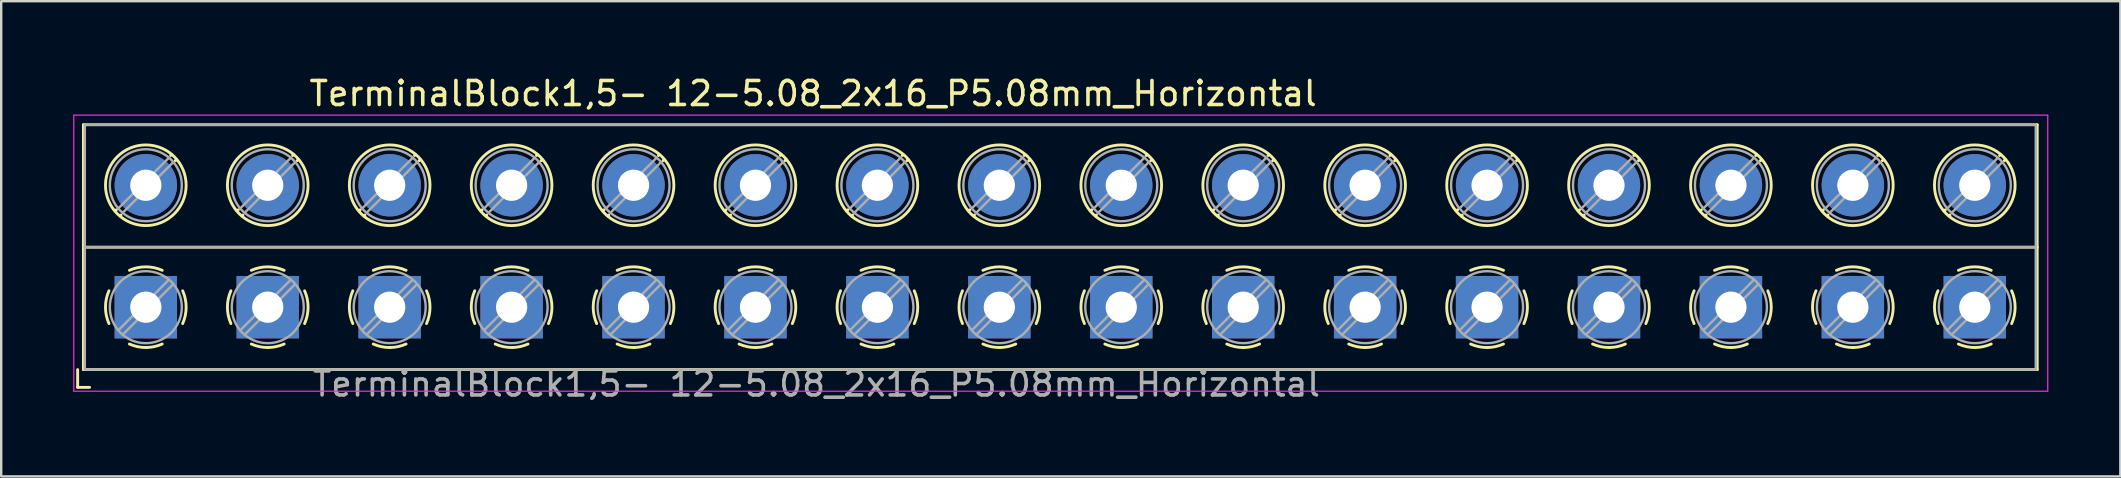
<source format=kicad_pcb>
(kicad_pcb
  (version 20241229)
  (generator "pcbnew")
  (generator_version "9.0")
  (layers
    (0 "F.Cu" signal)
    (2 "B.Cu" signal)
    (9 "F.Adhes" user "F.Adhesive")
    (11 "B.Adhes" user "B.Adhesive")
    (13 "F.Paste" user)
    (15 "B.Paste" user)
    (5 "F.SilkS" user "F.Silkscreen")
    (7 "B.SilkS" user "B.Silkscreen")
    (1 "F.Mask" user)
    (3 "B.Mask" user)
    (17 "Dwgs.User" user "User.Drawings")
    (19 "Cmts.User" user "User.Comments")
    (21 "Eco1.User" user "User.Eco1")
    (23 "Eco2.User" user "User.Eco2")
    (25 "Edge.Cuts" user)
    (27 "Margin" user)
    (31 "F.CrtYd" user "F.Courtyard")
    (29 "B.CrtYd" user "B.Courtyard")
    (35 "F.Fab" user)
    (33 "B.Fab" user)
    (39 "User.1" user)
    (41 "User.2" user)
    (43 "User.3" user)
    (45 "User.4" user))
  (footprint "TerminalBlock1,5- 12-5.08_2x16_P5.08mm_Horizontal"
    (layer "F.Cu")
    (at 3.025 9.748)
    (property "Reference" "TerminalBlock1,5- 12-5.08_2x16_P5.08mm_Horizontal" (at 27.8 -8.9 0) (layer "F.SilkS") (effects (font (size 1 1) (thickness 0.15))))
    (attr through_hole)
    (fp_line (start -2.84 2.6) (end -2.84 3.34) (stroke (width 0.12) (type solid)) (layer "F.SilkS"))
    (fp_line (start -2.84 3.34) (end -2.34 3.34) (stroke (width 0.12) (type solid)) (layer "F.SilkS"))
    (fp_line (start -2.6 -7.6) (end -2.6 2.6) (stroke (width 0.12) (type solid)) (layer "F.SilkS"))
    (fp_line (start -2.6 -7.6) (end 78.8 -7.6) (stroke (width 0.12) (type solid)) (layer "F.SilkS"))
    (fp_line (start -2.6 -2.5) (end 78.8 -2.5) (stroke (width 0.12) (type solid)) (layer "F.SilkS"))
    (fp_line (start -2.6 2.6) (end 78.8 2.6) (stroke (width 0.12) (type solid)) (layer "F.SilkS"))
    (fp_line (start -1.227 -4.057) (end -1.274 -4.011) (stroke (width 0.12) (type solid)) (layer "F.SilkS"))
    (fp_line (start -1.034 -3.841) (end -1.069 -3.806) (stroke (width 0.12) (type solid)) (layer "F.SilkS"))
    (fp_line (start 1.07 -6.355) (end 1.035 -6.319) (stroke (width 0.12) (type solid)) (layer "F.SilkS"))
    (fp_line (start 1.275 -6.149) (end 1.228 -6.103) (stroke (width 0.12) (type solid)) (layer "F.SilkS"))
    (fp_line (start 3.853 -4.057) (end 3.806 -4.011) (stroke (width 0.12) (type solid)) (layer "F.SilkS"))
    (fp_line (start 4.046 -3.841) (end 4.011 -3.806) (stroke (width 0.12) (type solid)) (layer "F.SilkS"))
    (fp_line (start 6.15 -6.355) (end 6.115 -6.319) (stroke (width 0.12) (type solid)) (layer "F.SilkS"))
    (fp_line (start 6.355 -6.149) (end 6.308 -6.103) (stroke (width 0.12) (type solid)) (layer "F.SilkS"))
    (fp_line (start 8.933 -4.057) (end 8.886 -4.011) (stroke (width 0.12) (type solid)) (layer "F.SilkS"))
    (fp_line (start 9.126 -3.841) (end 9.091 -3.806) (stroke (width 0.12) (type solid)) (layer "F.SilkS"))
    (fp_line (start 11.23 -6.355) (end 11.195 -6.319) (stroke (width 0.12) (type solid)) (layer "F.SilkS"))
    (fp_line (start 11.435 -6.149) (end 11.388 -6.103) (stroke (width 0.12) (type solid)) (layer "F.SilkS"))
    (fp_line (start 14.013 -4.057) (end 13.966 -4.011) (stroke (width 0.12) (type solid)) (layer "F.SilkS"))
    (fp_line (start 14.206 -3.841) (end 14.171 -3.806) (stroke (width 0.12) (type solid)) (layer "F.SilkS"))
    (fp_line (start 16.31 -6.355) (end 16.275 -6.319) (stroke (width 0.12) (type solid)) (layer "F.SilkS"))
    (fp_line (start 16.515 -6.149) (end 16.468 -6.103) (stroke (width 0.12) (type solid)) (layer "F.SilkS"))
    (fp_line (start 19.093 -4.057) (end 19.046 -4.011) (stroke (width 0.12) (type solid)) (layer "F.SilkS"))
    (fp_line (start 19.286 -3.841) (end 19.251 -3.806) (stroke (width 0.12) (type solid)) (layer "F.SilkS"))
    (fp_line (start 21.39 -6.355) (end 21.355 -6.319) (stroke (width 0.12) (type solid)) (layer "F.SilkS"))
    (fp_line (start 21.595 -6.149) (end 21.548 -6.103) (stroke (width 0.12) (type solid)) (layer "F.SilkS"))
    (fp_line (start 24.173 -4.057) (end 24.126 -4.011) (stroke (width 0.12) (type solid)) (layer "F.SilkS"))
    (fp_line (start 24.366 -3.841) (end 24.331 -3.806) (stroke (width 0.12) (type solid)) (layer "F.SilkS"))
    (fp_line (start 26.47 -6.355) (end 26.435 -6.319) (stroke (width 0.12) (type solid)) (layer "F.SilkS"))
    (fp_line (start 26.675 -6.149) (end 26.628 -6.103) (stroke (width 0.12) (type solid)) (layer "F.SilkS"))
    (fp_line (start 29.253 -4.057) (end 29.206 -4.011) (stroke (width 0.12) (type solid)) (layer "F.SilkS"))
    (fp_line (start 29.446 -3.841) (end 29.411 -3.806) (stroke (width 0.12) (type solid)) (layer "F.SilkS"))
    (fp_line (start 31.55 -6.355) (end 31.515 -6.319) (stroke (width 0.12) (type solid)) (layer "F.SilkS"))
    (fp_line (start 31.755 -6.149) (end 31.708 -6.103) (stroke (width 0.12) (type solid)) (layer "F.SilkS"))
    (fp_line (start 34.333 -4.057) (end 34.286 -4.011) (stroke (width 0.12) (type solid)) (layer "F.SilkS"))
    (fp_line (start 34.526 -3.841) (end 34.491 -3.806) (stroke (width 0.12) (type solid)) (layer "F.SilkS"))
    (fp_line (start 36.63 -6.355) (end 36.595 -6.319) (stroke (width 0.12) (type solid)) (layer "F.SilkS"))
    (fp_line (start 36.835 -6.149) (end 36.788 -6.103) (stroke (width 0.12) (type solid)) (layer "F.SilkS"))
    (fp_line (start 39.413 -4.057) (end 39.366 -4.011) (stroke (width 0.12) (type solid)) (layer "F.SilkS"))
    (fp_line (start 39.606 -3.841) (end 39.571 -3.806) (stroke (width 0.12) (type solid)) (layer "F.SilkS"))
    (fp_line (start 41.71 -6.355) (end 41.675 -6.319) (stroke (width 0.12) (type solid)) (layer "F.SilkS"))
    (fp_line (start 41.915 -6.149) (end 41.868 -6.103) (stroke (width 0.12) (type solid)) (layer "F.SilkS"))
    (fp_line (start 44.493 -4.057) (end 44.446 -4.011) (stroke (width 0.12) (type solid)) (layer "F.SilkS"))
    (fp_line (start 44.686 -3.841) (end 44.651 -3.806) (stroke (width 0.12) (type solid)) (layer "F.SilkS"))
    (fp_line (start 46.79 -6.355) (end 46.755 -6.319) (stroke (width 0.12) (type solid)) (layer "F.SilkS"))
    (fp_line (start 46.995 -6.149) (end 46.948 -6.103) (stroke (width 0.12) (type solid)) (layer "F.SilkS"))
    (fp_line (start 49.573 -4.057) (end 49.526 -4.011) (stroke (width 0.12) (type solid)) (layer "F.SilkS"))
    (fp_line (start 49.766 -3.841) (end 49.731 -3.806) (stroke (width 0.12) (type solid)) (layer "F.SilkS"))
    (fp_line (start 51.87 -6.355) (end 51.835 -6.319) (stroke (width 0.12) (type solid)) (layer "F.SilkS"))
    (fp_line (start 52.075 -6.149) (end 52.028 -6.103) (stroke (width 0.12) (type solid)) (layer "F.SilkS"))
    (fp_line (start 54.653 -4.057) (end 54.606 -4.011) (stroke (width 0.12) (type solid)) (layer "F.SilkS"))
    (fp_line (start 54.846 -3.841) (end 54.811 -3.806) (stroke (width 0.12) (type solid)) (layer "F.SilkS"))
    (fp_line (start 56.95 -6.355) (end 56.915 -6.319) (stroke (width 0.12) (type solid)) (layer "F.SilkS"))
    (fp_line (start 57.155 -6.149) (end 57.108 -6.103) (stroke (width 0.12) (type solid)) (layer "F.SilkS"))
    (fp_line (start 59.733 -4.057) (end 59.686 -4.011) (stroke (width 0.12) (type solid)) (layer "F.SilkS"))
    (fp_line (start 59.926 -3.841) (end 59.891 -3.806) (stroke (width 0.12) (type solid)) (layer "F.SilkS"))
    (fp_line (start 62.03 -6.355) (end 61.995 -6.319) (stroke (width 0.12) (type solid)) (layer "F.SilkS"))
    (fp_line (start 62.235 -6.149) (end 62.188 -6.103) (stroke (width 0.12) (type solid)) (layer "F.SilkS"))
    (fp_line (start 64.813 -4.057) (end 64.766 -4.011) (stroke (width 0.12) (type solid)) (layer "F.SilkS"))
    (fp_line (start 65.006 -3.841) (end 64.971 -3.806) (stroke (width 0.12) (type solid)) (layer "F.SilkS"))
    (fp_line (start 67.11 -6.355) (end 67.075 -6.319) (stroke (width 0.12) (type solid)) (layer "F.SilkS"))
    (fp_line (start 67.315 -6.149) (end 67.268 -6.103) (stroke (width 0.12) (type solid)) (layer "F.SilkS"))
    (fp_line (start 69.893 -4.057) (end 69.846 -4.011) (stroke (width 0.12) (type solid)) (layer "F.SilkS"))
    (fp_line (start 70.086 -3.841) (end 70.051 -3.806) (stroke (width 0.12) (type solid)) (layer "F.SilkS"))
    (fp_line (start 72.19 -6.355) (end 72.155 -6.319) (stroke (width 0.12) (type solid)) (layer "F.SilkS"))
    (fp_line (start 72.395 -6.149) (end 72.348 -6.103) (stroke (width 0.12) (type solid)) (layer "F.SilkS"))
    (fp_line (start 74.973 -4.057) (end 74.926 -4.011) (stroke (width 0.12) (type solid)) (layer "F.SilkS"))
    (fp_line (start 75.166 -3.841) (end 75.131 -3.806) (stroke (width 0.12) (type solid)) (layer "F.SilkS"))
    (fp_line (start 77.27 -6.355) (end 77.235 -6.319) (stroke (width 0.12) (type solid)) (layer "F.SilkS"))
    (fp_line (start 77.475 -6.149) (end 77.428 -6.103) (stroke (width 0.12) (type solid)) (layer "F.SilkS"))
    (fp_line (start 78.8 -7.6) (end 78.8 2.6) (stroke (width 0.12) (type solid)) (layer "F.SilkS"))
    (fp_arc (start -1.535427 0.683042) (mid -1.680501 -0.000524) (end -1.535 -0.684) (stroke (width 0.12) (type solid)) (layer "F.SilkS"))
    (fp_arc (start -0.683042 -1.535427) (mid 0.000524 -1.680501) (end 0.684 -1.535) (stroke (width 0.12) (type solid)) (layer "F.SilkS"))
    (fp_arc (start 0.028805 1.680253) (mid -0.335551 1.646659) (end -0.684 1.535) (stroke (width 0.12) (type solid)) (layer "F.SilkS"))
    (fp_arc (start 0.683318 1.534756) (mid 0.349292 1.643288) (end 0 1.68) (stroke (width 0.12) (type solid)) (layer "F.SilkS"))
    (fp_arc (start 1.535427 -0.683042) (mid 1.680501 0.000524) (end 1.535 0.684) (stroke (width 0.12) (type solid)) (layer "F.SilkS"))
    (fp_arc (start 3.544573 0.683042) (mid 3.399499 -0.000524) (end 3.545 -0.684) (stroke (width 0.12) (type solid)) (layer "F.SilkS"))
    (fp_arc (start 4.396958 -1.535427) (mid 5.080524 -1.680501) (end 5.764 -1.535) (stroke (width 0.12) (type solid)) (layer "F.SilkS"))
    (fp_arc (start 5.108805 1.680253) (mid 4.744449 1.646659) (end 4.396 1.535) (stroke (width 0.12) (type solid)) (layer "F.SilkS"))
    (fp_arc (start 5.763318 1.534756) (mid 5.429292 1.643288) (end 5.08 1.68) (stroke (width 0.12) (type solid)) (layer "F.SilkS"))
    (fp_arc (start 6.615427 -0.683042) (mid 6.760501 0.000524) (end 6.615 0.684) (stroke (width 0.12) (type solid)) (layer "F.SilkS"))
    (fp_arc (start 8.624573 0.683042) (mid 8.479499 -0.000524) (end 8.625 -0.684) (stroke (width 0.12) (type solid)) (layer "F.SilkS"))
    (fp_arc (start 9.476958 -1.535427) (mid 10.160524 -1.680501) (end 10.844 -1.535) (stroke (width 0.12) (type solid)) (layer "F.SilkS"))
    (fp_arc (start 10.188805 1.680253) (mid 9.824449 1.646659) (end 9.476 1.535) (stroke (width 0.12) (type solid)) (layer "F.SilkS"))
    (fp_arc (start 10.843318 1.534756) (mid 10.509292 1.643288) (end 10.16 1.68) (stroke (width 0.12) (type solid)) (layer "F.SilkS"))
    (fp_arc (start 11.695427 -0.683042) (mid 11.840501 0.000524) (end 11.695 0.684) (stroke (width 0.12) (type solid)) (layer "F.SilkS"))
    (fp_arc (start 13.704573 0.683042) (mid 13.559499 -0.000524) (end 13.705 -0.684) (stroke (width 0.12) (type solid)) (layer "F.SilkS"))
    (fp_arc (start 14.556958 -1.535427) (mid 15.240524 -1.680501) (end 15.924 -1.535) (stroke (width 0.12) (type solid)) (layer "F.SilkS"))
    (fp_arc (start 15.268805 1.680253) (mid 14.904449 1.646659) (end 14.556 1.535) (stroke (width 0.12) (type solid)) (layer "F.SilkS"))
    (fp_arc (start 15.923318 1.534756) (mid 15.589292 1.643288) (end 15.24 1.68) (stroke (width 0.12) (type solid)) (layer "F.SilkS"))
    (fp_arc (start 16.775427 -0.683042) (mid 16.920501 0.000524) (end 16.775 0.684) (stroke (width 0.12) (type solid)) (layer "F.SilkS"))
    (fp_arc (start 18.784573 0.683042) (mid 18.639499 -0.000524) (end 18.785 -0.684) (stroke (width 0.12) (type solid)) (layer "F.SilkS"))
    (fp_arc (start 19.636958 -1.535427) (mid 20.320524 -1.680501) (end 21.004 -1.535) (stroke (width 0.12) (type solid)) (layer "F.SilkS"))
    (fp_arc (start 20.348805 1.680253) (mid 19.984449 1.646659) (end 19.636 1.535) (stroke (width 0.12) (type solid)) (layer "F.SilkS"))
    (fp_arc (start 21.003318 1.534756) (mid 20.669292 1.643288) (end 20.32 1.68) (stroke (width 0.12) (type solid)) (layer "F.SilkS"))
    (fp_arc (start 21.855427 -0.683042) (mid 22.000501 0.000524) (end 21.855 0.684) (stroke (width 0.12) (type solid)) (layer "F.SilkS"))
    (fp_arc (start 23.864573 0.683042) (mid 23.719499 -0.000524) (end 23.865 -0.684) (stroke (width 0.12) (type solid)) (layer "F.SilkS"))
    (fp_arc (start 24.716958 -1.535427) (mid 25.400524 -1.680501) (end 26.084 -1.535) (stroke (width 0.12) (type solid)) (layer "F.SilkS"))
    (fp_arc (start 25.428805 1.680253) (mid 25.064449 1.646659) (end 24.716 1.535) (stroke (width 0.12) (type solid)) (layer "F.SilkS"))
    (fp_arc (start 26.083318 1.534756) (mid 25.749292 1.643288) (end 25.4 1.68) (stroke (width 0.12) (type solid)) (layer "F.SilkS"))
    (fp_arc (start 26.935427 -0.683042) (mid 27.080501 0.000524) (end 26.935 0.684) (stroke (width 0.12) (type solid)) (layer "F.SilkS"))
    (fp_arc (start 28.944573 0.683042) (mid 28.799499 -0.000524) (end 28.945 -0.684) (stroke (width 0.12) (type solid)) (layer "F.SilkS"))
    (fp_arc (start 29.796958 -1.535427) (mid 30.480524 -1.680501) (end 31.164 -1.535) (stroke (width 0.12) (type solid)) (layer "F.SilkS"))
    (fp_arc (start 30.508805 1.680253) (mid 30.144449 1.646659) (end 29.796 1.535) (stroke (width 0.12) (type solid)) (layer "F.SilkS"))
    (fp_arc (start 31.163318 1.534756) (mid 30.829292 1.643288) (end 30.48 1.68) (stroke (width 0.12) (type solid)) (layer "F.SilkS"))
    (fp_arc (start 32.015427 -0.683042) (mid 32.160501 0.000524) (end 32.015 0.684) (stroke (width 0.12) (type solid)) (layer "F.SilkS"))
    (fp_arc (start 34.024573 0.683042) (mid 33.879499 -0.000524) (end 34.025 -0.684) (stroke (width 0.12) (type solid)) (layer "F.SilkS"))
    (fp_arc (start 34.876958 -1.535427) (mid 35.560524 -1.680501) (end 36.244 -1.535) (stroke (width 0.12) (type solid)) (layer "F.SilkS"))
    (fp_arc (start 35.588805 1.680253) (mid 35.224449 1.646659) (end 34.876 1.535) (stroke (width 0.12) (type solid)) (layer "F.SilkS"))
    (fp_arc (start 36.243318 1.534756) (mid 35.909292 1.643288) (end 35.56 1.68) (stroke (width 0.12) (type solid)) (layer "F.SilkS"))
    (fp_arc (start 37.095427 -0.683042) (mid 37.240501 0.000524) (end 37.095 0.684) (stroke (width 0.12) (type solid)) (layer "F.SilkS"))
    (fp_arc (start 39.104573 0.683042) (mid 38.959499 -0.000524) (end 39.105 -0.684) (stroke (width 0.12) (type solid)) (layer "F.SilkS"))
    (fp_arc (start 39.956958 -1.535427) (mid 40.640524 -1.680501) (end 41.324 -1.535) (stroke (width 0.12) (type solid)) (layer "F.SilkS"))
    (fp_arc (start 40.668805 1.680253) (mid 40.304449 1.646659) (end 39.956 1.535) (stroke (width 0.12) (type solid)) (layer "F.SilkS"))
    (fp_arc (start 41.323318 1.534756) (mid 40.989292 1.643288) (end 40.64 1.68) (stroke (width 0.12) (type solid)) (layer "F.SilkS"))
    (fp_arc (start 42.175427 -0.683042) (mid 42.320501 0.000524) (end 42.175 0.684) (stroke (width 0.12) (type solid)) (layer "F.SilkS"))
    (fp_arc (start 44.184573 0.683042) (mid 44.039499 -0.000524) (end 44.185 -0.684) (stroke (width 0.12) (type solid)) (layer "F.SilkS"))
    (fp_arc (start 45.036958 -1.535427) (mid 45.720524 -1.680501) (end 46.404 -1.535) (stroke (width 0.12) (type solid)) (layer "F.SilkS"))
    (fp_arc (start 45.748805 1.680253) (mid 45.384449 1.646659) (end 45.036 1.535) (stroke (width 0.12) (type solid)) (layer "F.SilkS"))
    (fp_arc (start 46.403318 1.534756) (mid 46.069292 1.643288) (end 45.72 1.68) (stroke (width 0.12) (type solid)) (layer "F.SilkS"))
    (fp_arc (start 47.255427 -0.683042) (mid 47.400501 0.000524) (end 47.255 0.684) (stroke (width 0.12) (type solid)) (layer "F.SilkS"))
    (fp_arc (start 49.264573 0.683042) (mid 49.119499 -0.000524) (end 49.265 -0.684) (stroke (width 0.12) (type solid)) (layer "F.SilkS"))
    (fp_arc (start 50.116958 -1.535427) (mid 50.800524 -1.680501) (end 51.484 -1.535) (stroke (width 0.12) (type solid)) (layer "F.SilkS"))
    (fp_arc (start 50.828805 1.680253) (mid 50.464449 1.646659) (end 50.116 1.535) (stroke (width 0.12) (type solid)) (layer "F.SilkS"))
    (fp_arc (start 51.483318 1.534756) (mid 51.149292 1.643288) (end 50.8 1.68) (stroke (width 0.12) (type solid)) (layer "F.SilkS"))
    (fp_arc (start 52.335427 -0.683042) (mid 52.480501 0.000524) (end 52.335 0.684) (stroke (width 0.12) (type solid)) (layer "F.SilkS"))
    (fp_arc (start 54.344573 0.683042) (mid 54.199499 -0.000524) (end 54.345 -0.684) (stroke (width 0.12) (type solid)) (layer "F.SilkS"))
    (fp_arc (start 55.196958 -1.535427) (mid 55.880524 -1.680501) (end 56.564 -1.535) (stroke (width 0.12) (type solid)) (layer "F.SilkS"))
    (fp_arc (start 55.908805 1.680253) (mid 55.544449 1.646659) (end 55.196 1.535) (stroke (width 0.12) (type solid)) (layer "F.SilkS"))
    (fp_arc (start 56.563318 1.534756) (mid 56.229292 1.643288) (end 55.88 1.68) (stroke (width 0.12) (type solid)) (layer "F.SilkS"))
    (fp_arc (start 57.415427 -0.683042) (mid 57.560501 0.000524) (end 57.415 0.684) (stroke (width 0.12) (type solid)) (layer "F.SilkS"))
    (fp_arc (start 59.424573 0.683042) (mid 59.279499 -0.000524) (end 59.425 -0.684) (stroke (width 0.12) (type solid)) (layer "F.SilkS"))
    (fp_arc (start 60.276958 -1.535427) (mid 60.960524 -1.680501) (end 61.644 -1.535) (stroke (width 0.12) (type solid)) (layer "F.SilkS"))
    (fp_arc (start 60.988805 1.680253) (mid 60.624449 1.646659) (end 60.276 1.535) (stroke (width 0.12) (type solid)) (layer "F.SilkS"))
    (fp_arc (start 61.643318 1.534756) (mid 61.309292 1.643288) (end 60.96 1.68) (stroke (width 0.12) (type solid)) (layer "F.SilkS"))
    (fp_arc (start 62.495427 -0.683042) (mid 62.640501 0.000524) (end 62.495 0.684) (stroke (width 0.12) (type solid)) (layer "F.SilkS"))
    (fp_arc (start 64.504573 0.683042) (mid 64.359499 -0.000524) (end 64.505 -0.684) (stroke (width 0.12) (type solid)) (layer "F.SilkS"))
    (fp_arc (start 65.356958 -1.535427) (mid 66.040524 -1.680501) (end 66.724 -1.535) (stroke (width 0.12) (type solid)) (layer "F.SilkS"))
    (fp_arc (start 66.068805 1.680253) (mid 65.704449 1.646659) (end 65.356 1.535) (stroke (width 0.12) (type solid)) (layer "F.SilkS"))
    (fp_arc (start 66.723318 1.534756) (mid 66.389292 1.643288) (end 66.04 1.68) (stroke (width 0.12) (type solid)) (layer "F.SilkS"))
    (fp_arc (start 67.575427 -0.683042) (mid 67.720501 0.000524) (end 67.575 0.684) (stroke (width 0.12) (type solid)) (layer "F.SilkS"))
    (fp_arc (start 69.584573 0.683042) (mid 69.439499 -0.000524) (end 69.585 -0.684) (stroke (width 0.12) (type solid)) (layer "F.SilkS"))
    (fp_arc (start 70.436958 -1.535427) (mid 71.120524 -1.680501) (end 71.804 -1.535) (stroke (width 0.12) (type solid)) (layer "F.SilkS"))
    (fp_arc (start 71.148805 1.680253) (mid 70.784449 1.646659) (end 70.436 1.535) (stroke (width 0.12) (type solid)) (layer "F.SilkS"))
    (fp_arc (start 71.803318 1.534756) (mid 71.469292 1.643288) (end 71.12 1.68) (stroke (width 0.12) (type solid)) (layer "F.SilkS"))
    (fp_arc (start 72.655427 -0.683042) (mid 72.800501 0.000524) (end 72.655 0.684) (stroke (width 0.12) (type solid)) (layer "F.SilkS"))
    (fp_arc (start 74.664573 0.683042) (mid 74.519499 -0.000524) (end 74.665 -0.684) (stroke (width 0.12) (type solid)) (layer "F.SilkS"))
    (fp_arc (start 75.516958 -1.535427) (mid 76.200524 -1.680501) (end 76.884 -1.535) (stroke (width 0.12) (type solid)) (layer "F.SilkS"))
    (fp_arc (start 76.228805 1.680253) (mid 75.864449 1.646659) (end 75.516 1.535) (stroke (width 0.12) (type solid)) (layer "F.SilkS"))
    (fp_arc (start 76.883318 1.534756) (mid 76.549292 1.643288) (end 76.2 1.68) (stroke (width 0.12) (type solid)) (layer "F.SilkS"))
    (fp_arc (start 77.735427 -0.683042) (mid 77.880501 0.000524) (end 77.735 0.684) (stroke (width 0.12) (type solid)) (layer "F.SilkS"))
    (fp_circle (center 0 -5.08) (end 1.68 -5.08) (stroke (width 0.12) (type solid)) (fill no) (layer "F.SilkS"))
    (fp_circle (center 5.08 -5.08) (end 6.76 -5.08) (stroke (width 0.12) (type solid)) (fill no) (layer "F.SilkS"))
    (fp_circle (center 10.16 -5.08) (end 11.84 -5.08) (stroke (width 0.12) (type solid)) (fill no) (layer "F.SilkS"))
    (fp_circle (center 15.24 -5.08) (end 16.92 -5.08) (stroke (width 0.12) (type solid)) (fill no) (layer "F.SilkS"))
    (fp_circle (center 20.32 -5.08) (end 22 -5.08) (stroke (width 0.12) (type solid)) (fill no) (layer "F.SilkS"))
    (fp_circle (center 25.4 -5.08) (end 27.08 -5.08) (stroke (width 0.12) (type solid)) (fill no) (layer "F.SilkS"))
    (fp_circle (center 30.48 -5.08) (end 32.16 -5.08) (stroke (width 0.12) (type solid)) (fill no) (layer "F.SilkS"))
    (fp_circle (center 35.56 -5.08) (end 37.24 -5.08) (stroke (width 0.12) (type solid)) (fill no) (layer "F.SilkS"))
    (fp_circle (center 40.64 -5.08) (end 42.32 -5.08) (stroke (width 0.12) (type solid)) (fill no) (layer "F.SilkS"))
    (fp_circle (center 45.72 -5.08) (end 47.4 -5.08) (stroke (width 0.12) (type solid)) (fill no) (layer "F.SilkS"))
    (fp_circle (center 50.8 -5.08) (end 52.48 -5.08) (stroke (width 0.12) (type solid)) (fill no) (layer "F.SilkS"))
    (fp_circle (center 55.88 -5.08) (end 57.56 -5.08) (stroke (width 0.12) (type solid)) (fill no) (layer "F.SilkS"))
    (fp_circle (center 60.96 -5.08) (end 62.64 -5.08) (stroke (width 0.12) (type solid)) (fill no) (layer "F.SilkS"))
    (fp_circle (center 66.04 -5.08) (end 67.72 -5.08) (stroke (width 0.12) (type solid)) (fill no) (layer "F.SilkS"))
    (fp_circle (center 71.12 -5.08) (end 72.8 -5.08) (stroke (width 0.12) (type solid)) (fill no) (layer "F.SilkS"))
    (fp_circle (center 76.2 -5.08) (end 77.88 -5.08) (stroke (width 0.12) (type solid)) (fill no) (layer "F.SilkS"))
    (fp_line (start -3 -8) (end -3 3.5) (stroke (width 0.05) (type solid)) (layer "F.CrtYd"))
    (fp_line (start -3 3.5) (end 79.24 3.5) (stroke (width 0.05) (type solid)) (layer "F.CrtYd"))
    (fp_line (start 79.24 -8) (end -3 -8) (stroke (width 0.05) (type solid)) (layer "F.CrtYd"))
    (fp_line (start 79.24 3.5) (end 79.24 -8) (stroke (width 0.05) (type solid)) (layer "F.CrtYd"))
    (fp_line (start -2.54 -7.6) (end 78.74 -7.6) (stroke (width 0.1) (type solid)) (layer "F.Fab"))
    (fp_line (start -2.54 -2.5) (end 78.74 -2.5) (stroke (width 0.1) (type solid)) (layer "F.Fab"))
    (fp_line (start -2.54 2.6) (end -2.54 -7.6) (stroke (width 0.1) (type solid)) (layer "F.Fab"))
    (fp_line (start -2.54 2.6) (end 78.74 2.6) (stroke (width 0.1) (type solid)) (layer "F.Fab"))
    (fp_line (start 0.955 -6.218) (end -1.137 -4.125) (stroke (width 0.1) (type solid)) (layer "F.Fab"))
    (fp_line (start 0.955 -1.138) (end -1.138 0.955) (stroke (width 0.1) (type solid)) (layer "F.Fab"))
    (fp_line (start 1.138 -6.035) (end -0.954 -3.942) (stroke (width 0.1) (type solid)) (layer "F.Fab"))
    (fp_line (start 1.138 -0.955) (end -0.955 1.138) (stroke (width 0.1) (type solid)) (layer "F.Fab"))
    (fp_line (start 6.035 -6.218) (end 3.943 -4.125) (stroke (width 0.1) (type solid)) (layer "F.Fab"))
    (fp_line (start 6.035 -1.138) (end 3.942 0.955) (stroke (width 0.1) (type solid)) (layer "F.Fab"))
    (fp_line (start 6.218 -6.035) (end 4.126 -3.942) (stroke (width 0.1) (type solid)) (layer "F.Fab"))
    (fp_line (start 6.218 -0.955) (end 4.125 1.138) (stroke (width 0.1) (type solid)) (layer "F.Fab"))
    (fp_line (start 11.115 -6.218) (end 9.023 -4.125) (stroke (width 0.1) (type solid)) (layer "F.Fab"))
    (fp_line (start 11.115 -1.138) (end 9.022 0.955) (stroke (width 0.1) (type solid)) (layer "F.Fab"))
    (fp_line (start 11.298 -6.035) (end 9.206 -3.942) (stroke (width 0.1) (type solid)) (layer "F.Fab"))
    (fp_line (start 11.298 -0.955) (end 9.205 1.138) (stroke (width 0.1) (type solid)) (layer "F.Fab"))
    (fp_line (start 16.195 -6.218) (end 14.103 -4.125) (stroke (width 0.1) (type solid)) (layer "F.Fab"))
    (fp_line (start 16.195 -1.138) (end 14.102 0.955) (stroke (width 0.1) (type solid)) (layer "F.Fab"))
    (fp_line (start 16.378 -6.035) (end 14.286 -3.942) (stroke (width 0.1) (type solid)) (layer "F.Fab"))
    (fp_line (start 16.378 -0.955) (end 14.285 1.138) (stroke (width 0.1) (type solid)) (layer "F.Fab"))
    (fp_line (start 21.275 -6.218) (end 19.183 -4.125) (stroke (width 0.1) (type solid)) (layer "F.Fab"))
    (fp_line (start 21.275 -1.138) (end 19.182 0.955) (stroke (width 0.1) (type solid)) (layer "F.Fab"))
    (fp_line (start 21.458 -6.035) (end 19.366 -3.942) (stroke (width 0.1) (type solid)) (layer "F.Fab"))
    (fp_line (start 21.458 -0.955) (end 19.365 1.138) (stroke (width 0.1) (type solid)) (layer "F.Fab"))
    (fp_line (start 26.355 -6.218) (end 24.263 -4.125) (stroke (width 0.1) (type solid)) (layer "F.Fab"))
    (fp_line (start 26.355 -1.138) (end 24.262 0.955) (stroke (width 0.1) (type solid)) (layer "F.Fab"))
    (fp_line (start 26.538 -6.035) (end 24.446 -3.942) (stroke (width 0.1) (type solid)) (layer "F.Fab"))
    (fp_line (start 26.538 -0.955) (end 24.445 1.138) (stroke (width 0.1) (type solid)) (layer "F.Fab"))
    (fp_line (start 31.435 -6.218) (end 29.343 -4.125) (stroke (width 0.1) (type solid)) (layer "F.Fab"))
    (fp_line (start 31.435 -1.138) (end 29.342 0.955) (stroke (width 0.1) (type solid)) (layer "F.Fab"))
    (fp_line (start 31.618 -6.035) (end 29.526 -3.942) (stroke (width 0.1) (type solid)) (layer "F.Fab"))
    (fp_line (start 31.618 -0.955) (end 29.525 1.138) (stroke (width 0.1) (type solid)) (layer "F.Fab"))
    (fp_line (start 36.515 -6.218) (end 34.423 -4.125) (stroke (width 0.1) (type solid)) (layer "F.Fab"))
    (fp_line (start 36.515 -1.138) (end 34.422 0.955) (stroke (width 0.1) (type solid)) (layer "F.Fab"))
    (fp_line (start 36.698 -6.035) (end 34.606 -3.942) (stroke (width 0.1) (type solid)) (layer "F.Fab"))
    (fp_line (start 36.698 -0.955) (end 34.605 1.138) (stroke (width 0.1) (type solid)) (layer "F.Fab"))
    (fp_line (start 41.595 -6.218) (end 39.503 -4.125) (stroke (width 0.1) (type solid)) (layer "F.Fab"))
    (fp_line (start 41.595 -1.138) (end 39.502 0.955) (stroke (width 0.1) (type solid)) (layer "F.Fab"))
    (fp_line (start 41.778 -6.035) (end 39.686 -3.942) (stroke (width 0.1) (type solid)) (layer "F.Fab"))
    (fp_line (start 41.778 -0.955) (end 39.685 1.138) (stroke (width 0.1) (type solid)) (layer "F.Fab"))
    (fp_line (start 46.675 -6.218) (end 44.583 -4.125) (stroke (width 0.1) (type solid)) (layer "F.Fab"))
    (fp_line (start 46.675 -1.138) (end 44.582 0.955) (stroke (width 0.1) (type solid)) (layer "F.Fab"))
    (fp_line (start 46.858 -6.035) (end 44.766 -3.942) (stroke (width 0.1) (type solid)) (layer "F.Fab"))
    (fp_line (start 46.858 -0.955) (end 44.765 1.138) (stroke (width 0.1) (type solid)) (layer "F.Fab"))
    (fp_line (start 51.755 -6.218) (end 49.663 -4.125) (stroke (width 0.1) (type solid)) (layer "F.Fab"))
    (fp_line (start 51.755 -1.138) (end 49.662 0.955) (stroke (width 0.1) (type solid)) (layer "F.Fab"))
    (fp_line (start 51.938 -6.035) (end 49.846 -3.942) (stroke (width 0.1) (type solid)) (layer "F.Fab"))
    (fp_line (start 51.938 -0.955) (end 49.845 1.138) (stroke (width 0.1) (type solid)) (layer "F.Fab"))
    (fp_line (start 56.835 -6.218) (end 54.743 -4.125) (stroke (width 0.1) (type solid)) (layer "F.Fab"))
    (fp_line (start 56.835 -1.138) (end 54.742 0.955) (stroke (width 0.1) (type solid)) (layer "F.Fab"))
    (fp_line (start 57.018 -6.035) (end 54.926 -3.942) (stroke (width 0.1) (type solid)) (layer "F.Fab"))
    (fp_line (start 57.018 -0.955) (end 54.925 1.138) (stroke (width 0.1) (type solid)) (layer "F.Fab"))
    (fp_line (start 61.915 -6.218) (end 59.823 -4.125) (stroke (width 0.1) (type solid)) (layer "F.Fab"))
    (fp_line (start 61.915 -1.138) (end 59.822 0.955) (stroke (width 0.1) (type solid)) (layer "F.Fab"))
    (fp_line (start 62.098 -6.035) (end 60.006 -3.942) (stroke (width 0.1) (type solid)) (layer "F.Fab"))
    (fp_line (start 62.098 -0.955) (end 60.005 1.138) (stroke (width 0.1) (type solid)) (layer "F.Fab"))
    (fp_line (start 66.995 -6.218) (end 64.903 -4.125) (stroke (width 0.1) (type solid)) (layer "F.Fab"))
    (fp_line (start 66.995 -1.138) (end 64.902 0.955) (stroke (width 0.1) (type solid)) (layer "F.Fab"))
    (fp_line (start 67.178 -6.035) (end 65.086 -3.942) (stroke (width 0.1) (type solid)) (layer "F.Fab"))
    (fp_line (start 67.178 -0.955) (end 65.085 1.138) (stroke (width 0.1) (type solid)) (layer "F.Fab"))
    (fp_line (start 72.075 -6.218) (end 69.983 -4.125) (stroke (width 0.1) (type solid)) (layer "F.Fab"))
    (fp_line (start 72.075 -1.138) (end 69.982 0.955) (stroke (width 0.1) (type solid)) (layer "F.Fab"))
    (fp_line (start 72.258 -6.035) (end 70.166 -3.942) (stroke (width 0.1) (type solid)) (layer "F.Fab"))
    (fp_line (start 72.258 -0.955) (end 70.165 1.138) (stroke (width 0.1) (type solid)) (layer "F.Fab"))
    (fp_line (start 77.155 -6.218) (end 75.063 -4.125) (stroke (width 0.1) (type solid)) (layer "F.Fab"))
    (fp_line (start 77.155 -1.138) (end 75.062 0.955) (stroke (width 0.1) (type solid)) (layer "F.Fab"))
    (fp_line (start 77.338 -6.035) (end 75.246 -3.942) (stroke (width 0.1) (type solid)) (layer "F.Fab"))
    (fp_line (start 77.338 -0.955) (end 75.245 1.138) (stroke (width 0.1) (type solid)) (layer "F.Fab"))
    (fp_line (start 78.74 -7.6) (end 78.74 2.6) (stroke (width 0.1) (type solid)) (layer "F.Fab"))
    (fp_circle (center 0 -5.08) (end 1.5 -5.08) (stroke (width 0.1) (type solid)) (fill no) (layer "F.Fab"))
    (fp_circle (center 0 0) (end 1.5 0) (stroke (width 0.1) (type solid)) (fill no) (layer "F.Fab"))
    (fp_circle (center 5.08 -5.08) (end 6.58 -5.08) (stroke (width 0.1) (type solid)) (fill no) (layer "F.Fab"))
    (fp_circle (center 5.08 0) (end 6.58 0) (stroke (width 0.1) (type solid)) (fill no) (layer "F.Fab"))
    (fp_circle (center 10.16 -5.08) (end 11.66 -5.08) (stroke (width 0.1) (type solid)) (fill no) (layer "F.Fab"))
    (fp_circle (center 10.16 0) (end 11.66 0) (stroke (width 0.1) (type solid)) (fill no) (layer "F.Fab"))
    (fp_circle (center 15.24 -5.08) (end 16.74 -5.08) (stroke (width 0.1) (type solid)) (fill no) (layer "F.Fab"))
    (fp_circle (center 15.24 0) (end 16.74 0) (stroke (width 0.1) (type solid)) (fill no) (layer "F.Fab"))
    (fp_circle (center 20.32 -5.08) (end 21.82 -5.08) (stroke (width 0.1) (type solid)) (fill no) (layer "F.Fab"))
    (fp_circle (center 20.32 0) (end 21.82 0) (stroke (width 0.1) (type solid)) (fill no) (layer "F.Fab"))
    (fp_circle (center 25.4 -5.08) (end 26.9 -5.08) (stroke (width 0.1) (type solid)) (fill no) (layer "F.Fab"))
    (fp_circle (center 25.4 0) (end 26.9 0) (stroke (width 0.1) (type solid)) (fill no) (layer "F.Fab"))
    (fp_circle (center 30.48 -5.08) (end 31.98 -5.08) (stroke (width 0.1) (type solid)) (fill no) (layer "F.Fab"))
    (fp_circle (center 30.48 0) (end 31.98 0) (stroke (width 0.1) (type solid)) (fill no) (layer "F.Fab"))
    (fp_circle (center 35.56 -5.08) (end 37.06 -5.08) (stroke (width 0.1) (type solid)) (fill no) (layer "F.Fab"))
    (fp_circle (center 35.56 0) (end 37.06 0) (stroke (width 0.1) (type solid)) (fill no) (layer "F.Fab"))
    (fp_circle (center 40.64 -5.08) (end 42.14 -5.08) (stroke (width 0.1) (type solid)) (fill no) (layer "F.Fab"))
    (fp_circle (center 40.64 0) (end 42.14 0) (stroke (width 0.1) (type solid)) (fill no) (layer "F.Fab"))
    (fp_circle (center 45.72 -5.08) (end 47.22 -5.08) (stroke (width 0.1) (type solid)) (fill no) (layer "F.Fab"))
    (fp_circle (center 45.72 0) (end 47.22 0) (stroke (width 0.1) (type solid)) (fill no) (layer "F.Fab"))
    (fp_circle (center 50.8 -5.08) (end 52.3 -5.08) (stroke (width 0.1) (type solid)) (fill no) (layer "F.Fab"))
    (fp_circle (center 50.8 0) (end 52.3 0) (stroke (width 0.1) (type solid)) (fill no) (layer "F.Fab"))
    (fp_circle (center 55.88 -5.08) (end 57.38 -5.08) (stroke (width 0.1) (type solid)) (fill no) (layer "F.Fab"))
    (fp_circle (center 55.88 0) (end 57.38 0) (stroke (width 0.1) (type solid)) (fill no) (layer "F.Fab"))
    (fp_circle (center 60.96 -5.08) (end 62.46 -5.08) (stroke (width 0.1) (type solid)) (fill no) (layer "F.Fab"))
    (fp_circle (center 60.96 0) (end 62.46 0) (stroke (width 0.1) (type solid)) (fill no) (layer "F.Fab"))
    (fp_circle (center 66.04 -5.08) (end 67.54 -5.08) (stroke (width 0.1) (type solid)) (fill no) (layer "F.Fab"))
    (fp_circle (center 66.04 0) (end 67.54 0) (stroke (width 0.1) (type solid)) (fill no) (layer "F.Fab"))
    (fp_circle (center 71.12 -5.08) (end 72.62 -5.08) (stroke (width 0.1) (type solid)) (fill no) (layer "F.Fab"))
    (fp_circle (center 71.12 0) (end 72.62 0) (stroke (width 0.1) (type solid)) (fill no) (layer "F.Fab"))
    (fp_circle (center 76.2 -5.08) (end 77.7 -5.08) (stroke (width 0.1) (type solid)) (fill no) (layer "F.Fab"))
    (fp_circle (center 76.2 0) (end 77.7 0) (stroke (width 0.1) (type solid)) (fill no) (layer "F.Fab"))
    (fp_text user "${REFERENCE}" (at 27.94 3.2 0) (layer "F.Fab") (effects (font (size 1 1) (thickness 0.15))))
    (pad "1" thru_hole rect (at 0 0) (size 2.6 2.6) (drill 1.3) (layers "*.Cu" "*.Mask"))
    (pad "2" thru_hole circle (at 0 -5.08) (size 2.6 2.6) (drill 1.3) (layers "*.Cu" "*.Mask"))
    (pad "3" thru_hole rect (at 5.08 0) (size 2.6 2.6) (drill 1.3) (layers "*.Cu" "*.Mask"))
    (pad "4" thru_hole circle (at 5.08 -5.08) (size 2.6 2.6) (drill 1.3) (layers "*.Cu" "*.Mask"))
    (pad "5" thru_hole rect (at 10.16 0) (size 2.6 2.6) (drill 1.3) (layers "*.Cu" "*.Mask"))
    (pad "6" thru_hole circle (at 10.16 -5.08) (size 2.6 2.6) (drill 1.3) (layers "*.Cu" "*.Mask"))
    (pad "7" thru_hole rect (at 15.24 0) (size 2.6 2.6) (drill 1.3) (layers "*.Cu" "*.Mask"))
    (pad "8" thru_hole circle (at 15.24 -5.08) (size 2.6 2.6) (drill 1.3) (layers "*.Cu" "*.Mask"))
    (pad "9" thru_hole rect (at 20.32 0) (size 2.6 2.6) (drill 1.3) (layers "*.Cu" "*.Mask"))
    (pad "10" thru_hole circle (at 20.32 -5.08) (size 2.6 2.6) (drill 1.3) (layers "*.Cu" "*.Mask"))
    (pad "11" thru_hole rect (at 25.4 0) (size 2.6 2.6) (drill 1.3) (layers "*.Cu" "*.Mask"))
    (pad "12" thru_hole circle (at 25.4 -5.08) (size 2.6 2.6) (drill 1.3) (layers "*.Cu" "*.Mask"))
    (pad "13" thru_hole rect (at 30.48 0) (size 2.6 2.6) (drill 1.3) (layers "*.Cu" "*.Mask"))
    (pad "14" thru_hole circle (at 30.48 -5.08) (size 2.6 2.6) (drill 1.3) (layers "*.Cu" "*.Mask"))
    (pad "15" thru_hole rect (at 35.56 0) (size 2.6 2.6) (drill 1.3) (layers "*.Cu" "*.Mask"))
    (pad "16" thru_hole circle (at 35.56 -5.08) (size 2.6 2.6) (drill 1.3) (layers "*.Cu" "*.Mask"))
    (pad "17" thru_hole rect (at 40.64 0) (size 2.6 2.6) (drill 1.3) (layers "*.Cu" "*.Mask"))
    (pad "18" thru_hole circle (at 40.64 -5.08) (size 2.6 2.6) (drill 1.3) (layers "*.Cu" "*.Mask"))
    (pad "19" thru_hole rect (at 45.72 0) (size 2.6 2.6) (drill 1.3) (layers "*.Cu" "*.Mask"))
    (pad "20" thru_hole circle (at 45.72 -5.08) (size 2.6 2.6) (drill 1.3) (layers "*.Cu" "*.Mask"))
    (pad "21" thru_hole rect (at 50.8 0) (size 2.6 2.6) (drill 1.3) (layers "*.Cu" "*.Mask"))
    (pad "22" thru_hole circle (at 50.8 -5.08) (size 2.6 2.6) (drill 1.3) (layers "*.Cu" "*.Mask"))
    (pad "23" thru_hole rect (at 55.88 0) (size 2.6 2.6) (drill 1.3) (layers "*.Cu" "*.Mask"))
    (pad "24" thru_hole circle (at 55.88 -5.08) (size 2.6 2.6) (drill 1.3) (layers "*.Cu" "*.Mask"))
    (pad "25" thru_hole rect (at 60.96 0) (size 2.6 2.6) (drill 1.3) (layers "*.Cu" "*.Mask"))
    (pad "26" thru_hole circle (at 60.96 -5.08) (size 2.6 2.6) (drill 1.3) (layers "*.Cu" "*.Mask"))
    (pad "27" thru_hole rect (at 66.04 0) (size 2.6 2.6) (drill 1.3) (layers "*.Cu" "*.Mask"))
    (pad "28" thru_hole circle (at 66.04 -5.08) (size 2.6 2.6) (drill 1.3) (layers "*.Cu" "*.Mask"))
    (pad "29" thru_hole rect (at 71.12 0) (size 2.6 2.6) (drill 1.3) (layers "*.Cu" "*.Mask"))
    (pad "30" thru_hole circle (at 71.12 -5.08) (size 2.6 2.6) (drill 1.3) (layers "*.Cu" "*.Mask"))
    (pad "31" thru_hole rect (at 76.2 0) (size 2.6 2.6) (drill 1.3) (layers "*.Cu" "*.Mask"))
    (pad "32" thru_hole circle (at 76.2 -5.08) (size 2.6 2.6) (drill 1.3) (layers "*.Cu" "*.Mask")))
  (gr_rect
    (start -3 -3)
    (end 85.29 16.797)
    (stroke (width 0.1) (type default))
    (fill no)
    (layer "Edge.Cuts")))
</source>
